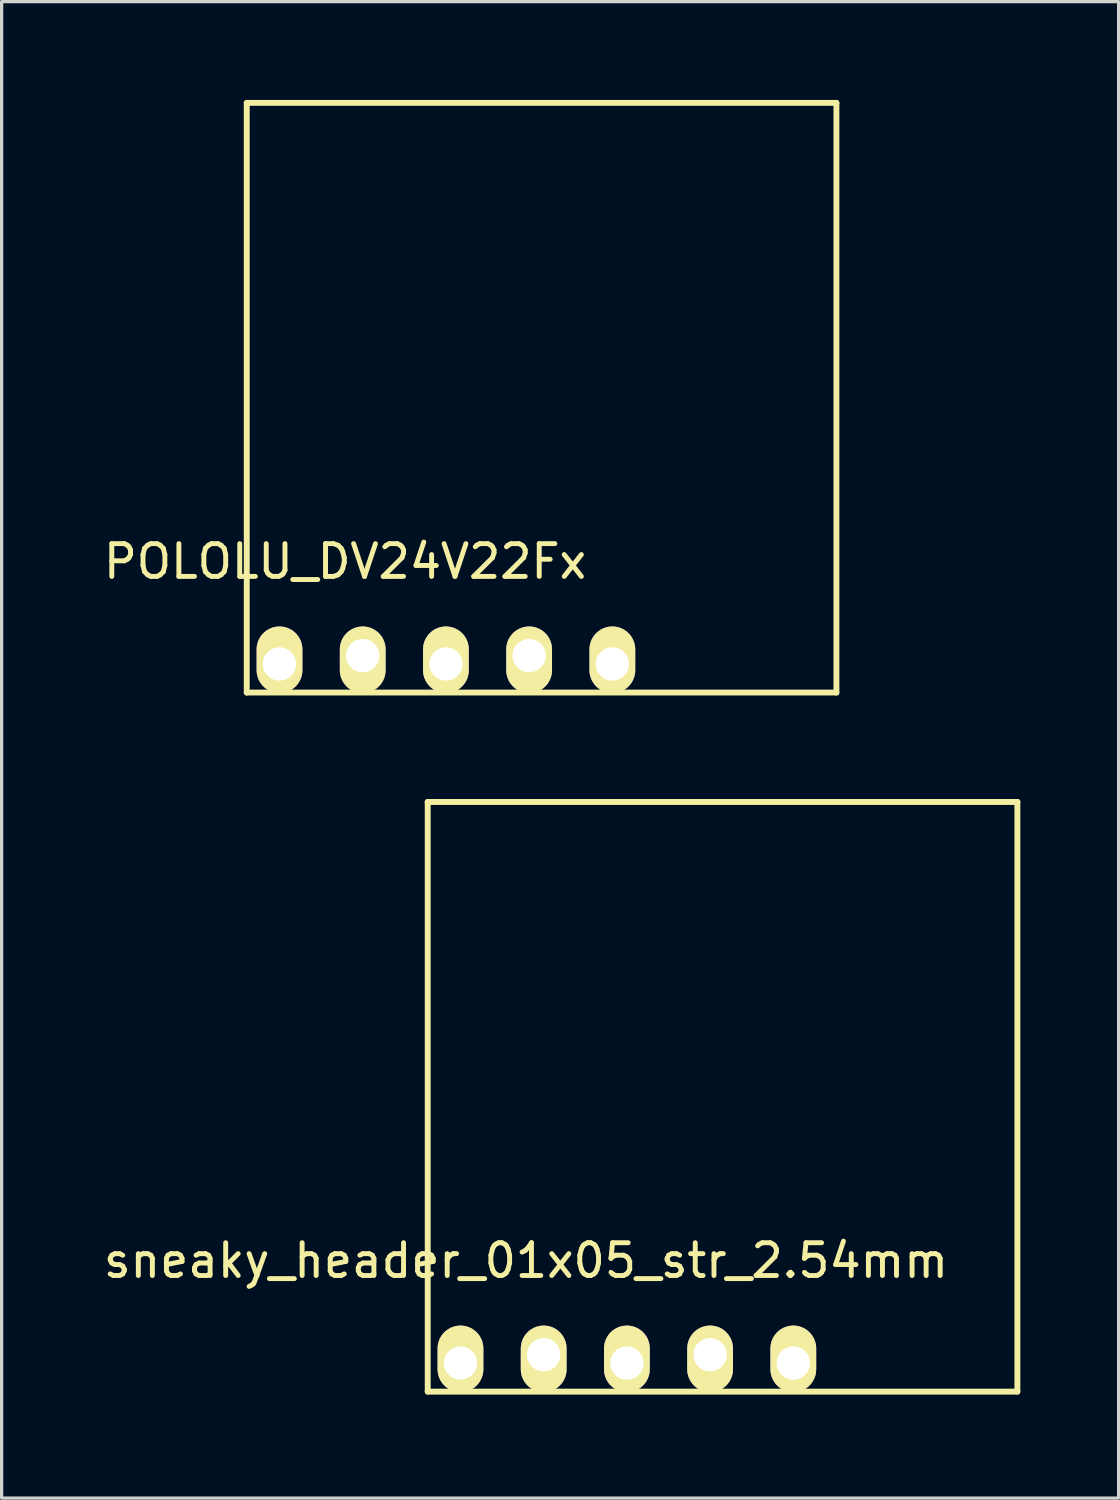
<source format=kicad_pcb>
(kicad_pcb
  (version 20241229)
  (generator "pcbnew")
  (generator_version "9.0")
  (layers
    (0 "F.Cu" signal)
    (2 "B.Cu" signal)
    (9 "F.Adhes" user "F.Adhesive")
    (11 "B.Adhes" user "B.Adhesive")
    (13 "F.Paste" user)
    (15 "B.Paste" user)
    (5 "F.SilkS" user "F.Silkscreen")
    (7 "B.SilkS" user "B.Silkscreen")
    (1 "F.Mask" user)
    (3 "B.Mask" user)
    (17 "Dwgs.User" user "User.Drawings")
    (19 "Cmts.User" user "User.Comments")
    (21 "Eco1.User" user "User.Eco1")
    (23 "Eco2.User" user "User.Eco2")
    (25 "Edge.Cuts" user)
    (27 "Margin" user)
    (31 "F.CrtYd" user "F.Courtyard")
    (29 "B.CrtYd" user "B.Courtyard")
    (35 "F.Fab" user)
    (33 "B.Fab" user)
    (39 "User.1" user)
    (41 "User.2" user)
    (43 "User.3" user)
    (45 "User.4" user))
  (footprint "sneaky_header_01x05_str_2.54mm"
    (layer "F.Cu")
    (at 10.006 39.43)
    (property "Reference" "sneaky_header_01x05_str_2.54mm" (at 3 -4 0) (layer "F.SilkS") (effects (font (size 1 1) (thickness 0.15))))
    (attr through_hole)
    (fp_line (start 0 -18) (end 0 0) (stroke (width 0.18) (type solid)) (layer "F.SilkS"))
    (fp_line (start 0 0) (end 18 0) (stroke (width 0.18) (type solid)) (layer "F.SilkS"))
    (fp_line (start 18 -18) (end 0 -18) (stroke (width 0.18) (type solid)) (layer "F.SilkS"))
    (fp_line (start 18 0) (end 18 -18) (stroke (width 0.18) (type solid)) (layer "F.SilkS"))
    (pad "1" thru_hole oval (at 1 -0.873) (size 1.397 2.032) (drill 1.016 (offset 0 -0.127)) (layers "*.Cu" "*.Mask" "F.SilkS"))
    (pad "2" thru_hole oval (at 3.54 -1.127) (size 1.397 2.032) (drill 1.016 (offset 0 0.127)) (layers "*.Cu" "*.Mask" "F.SilkS"))
    (pad "3" thru_hole oval (at 6.08 -0.873) (size 1.397 2.032) (drill 1.016 (offset 0 -0.127)) (layers "*.Cu" "*.Mask" "F.SilkS"))
    (pad "4" thru_hole oval (at 8.62 -1.127) (size 1.397 2.032) (drill 1.016 (offset 0 0.127)) (layers "*.Cu" "*.Mask" "F.SilkS"))
    (pad "5" thru_hole oval (at 11.16 -0.873) (size 1.397 2.032) (drill 1.016 (offset 0 -0.127)) (layers "*.Cu" "*.Mask" "F.SilkS")))
  (footprint "POLOLU_DV24V22Fx"
    (layer "F.Cu")
    (at 4.482 18.09)
    (property "Reference" "POLOLU_DV24V22Fx" (at 3 -4 0) (layer "F.SilkS") (effects (font (size 1 1) (thickness 0.15))))
    (attr through_hole)
    (fp_line (start 0 -18) (end 0 0) (stroke (width 0.18) (type solid)) (layer "F.SilkS"))
    (fp_line (start 0 0) (end 18 0) (stroke (width 0.18) (type solid)) (layer "F.SilkS"))
    (fp_line (start 18 -18) (end 0 -18) (stroke (width 0.18) (type solid)) (layer "F.SilkS"))
    (fp_line (start 18 0) (end 18 -18) (stroke (width 0.18) (type solid)) (layer "F.SilkS"))
    (pad "1" thru_hole oval (at 1 -0.873) (size 1.397 2.032) (drill 1.016 (offset 0 -0.127)) (layers "*.Cu" "*.Mask" "F.SilkS"))
    (pad "2" thru_hole oval (at 3.54 -1.127) (size 1.397 2.032) (drill 1.016 (offset 0 0.127)) (layers "*.Cu" "*.Mask" "F.SilkS"))
    (pad "3" thru_hole oval (at 6.08 -0.873) (size 1.397 2.032) (drill 1.016 (offset 0 -0.127)) (layers "*.Cu" "*.Mask" "F.SilkS"))
    (pad "4" thru_hole oval (at 8.62 -1.127) (size 1.397 2.032) (drill 1.016 (offset 0 0.127)) (layers "*.Cu" "*.Mask" "F.SilkS"))
    (pad "5" thru_hole oval (at 11.16 -0.873) (size 1.397 2.032) (drill 1.016 (offset 0 -0.127)) (layers "*.Cu" "*.Mask" "F.SilkS")))
  (gr_rect
    (start -3 -3)
    (end 31.096 42.68)
    (stroke (width 0.1) (type default))
    (fill no)
    (layer "Edge.Cuts")))
</source>
